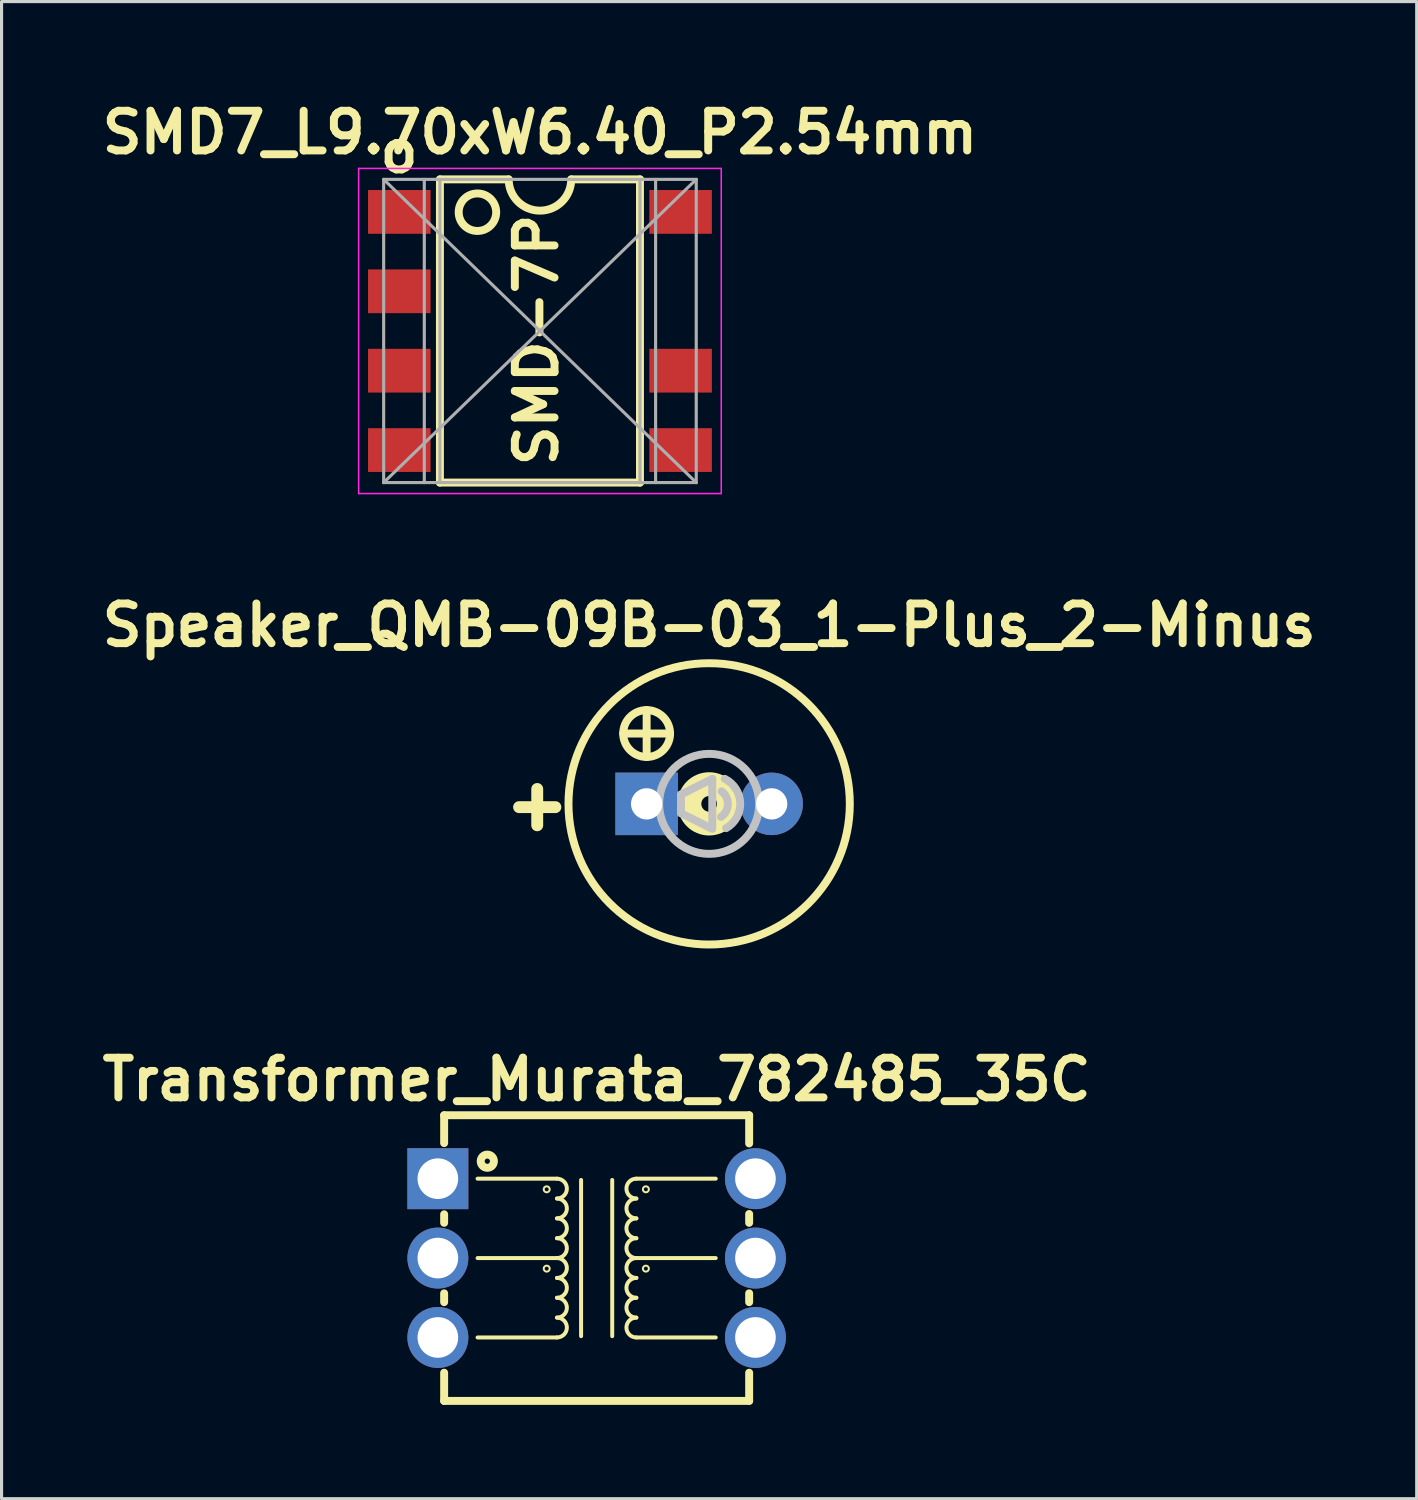
<source format=kicad_pcb>
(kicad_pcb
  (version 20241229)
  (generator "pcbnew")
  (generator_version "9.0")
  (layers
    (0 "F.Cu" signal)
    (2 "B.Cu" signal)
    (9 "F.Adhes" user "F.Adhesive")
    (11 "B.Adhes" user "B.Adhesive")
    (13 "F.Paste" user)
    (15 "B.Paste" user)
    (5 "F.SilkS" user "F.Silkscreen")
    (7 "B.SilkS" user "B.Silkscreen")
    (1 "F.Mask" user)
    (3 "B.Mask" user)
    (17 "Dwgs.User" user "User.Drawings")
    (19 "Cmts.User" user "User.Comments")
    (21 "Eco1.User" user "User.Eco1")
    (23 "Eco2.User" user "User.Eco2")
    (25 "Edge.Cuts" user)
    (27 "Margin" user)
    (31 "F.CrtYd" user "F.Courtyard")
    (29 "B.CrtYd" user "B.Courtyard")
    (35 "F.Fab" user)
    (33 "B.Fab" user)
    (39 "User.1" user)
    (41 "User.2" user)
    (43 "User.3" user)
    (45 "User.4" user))
  (footprint "Speaker_QMB-09B-03_1-Plus_2-Minus"
    (layer "F.Cu")
    (at 19.637 22.667)
    (property "Reference" "Speaker_QMB-09B-03_1-Plus_2-Minus" (at 0 -5.715 0) (layer "F.SilkS") (effects (font (size 1.27 1.27) (thickness 0.254))))
    (attr through_hole)
    (fp_line (start -2.75 -2.25) (end -1.25 -2.25) (stroke (width 0.254) (type solid)) (layer "F.SilkS"))
    (fp_line (start -2 -3) (end -2 -1.5) (stroke (width 0.254) (type solid)) (layer "F.SilkS"))
    (fp_circle (center -2 -2.25) (end -2.75 -2.25) (stroke (width 0.254) (type solid)) (fill no) (layer "F.SilkS"))
    (fp_circle (center 0 0) (end -4.5 0) (stroke (width 0.254) (type solid)) (fill no) (layer "F.SilkS"))
    (fp_circle (center 0 0) (end -0.572 0) (stroke (width 0.254) (type solid)) (fill no) (layer "F.SilkS"))
    (fp_circle (center 0 0) (end 0.25 0) (stroke (width 0.762) (type solid)) (fill no) (layer "F.SilkS"))
    (fp_line (start -0.9 -0.3) (end 0.1 -0.8) (stroke (width 0.254) (type solid)) (layer "Dwgs.User"))
    (fp_line (start -0.9 0.3) (end -0.9 -0.3) (stroke (width 0.254) (type solid)) (layer "Dwgs.User"))
    (fp_line (start 0.1 -0.8) (end 0.1 0.75) (stroke (width 0.254) (type solid)) (layer "Dwgs.User"))
    (fp_line (start 0.1 0.8) (end -0.9 0.3) (stroke (width 0.254) (type solid)) (layer "Dwgs.User"))
    (fp_arc (start 0.4 -0.4) (mid 0.599812 0.013698) (end 0.377641 0.415831) (stroke (width 0.254) (type solid)) (layer "Dwgs.User"))
    (fp_arc (start 0.5 -0.8) (mid 0.994085 -0.024739) (end 0.543626 0.776657) (stroke (width 0.254) (type solid)) (layer "Dwgs.User"))
    (fp_circle (center 0 0) (end 1.6 0) (stroke (width 0.254) (type solid)) (fill no) (layer "Dwgs.User"))
    (fp_text user "+" (at -5.5 0 0) (layer "F.SilkS") (effects (font (size 1.524 1.524) (thickness 0.381))))
    (pad "1" thru_hole rect (at -2 0) (size 2 2) (drill 1) (layers "*.Cu" "*.Mask"))
    (pad "2" thru_hole circle (at 2 0) (size 2 2) (drill 1) (layers "*.Cu" "*.Mask")))
  (footprint "Transformer_Murata_782485_35C"
    (layer "F.Cu")
    (at 16.038 37.198)
    (property "Reference" "Transformer_Murata_782485_35C" (at 0 -5.715 0) (layer "F.SilkS") (effects (font (size 1.27 1.27) (thickness 0.254))))
    (attr through_hole)
    (fp_line (start -4.879 -4.569) (end -4.879 -3.678) (stroke (width 0.254) (type solid)) (layer "F.SilkS"))
    (fp_line (start -4.879 -1.4) (end -4.879 -1.128) (stroke (width 0.254) (type solid)) (layer "F.SilkS"))
    (fp_line (start -4.879 1.128) (end -4.879 1.41) (stroke (width 0.254) (type solid)) (layer "F.SilkS"))
    (fp_line (start -4.879 3.668) (end -4.879 4.569) (stroke (width 0.254) (type solid)) (layer "F.SilkS"))
    (fp_line (start -4.879 4.569) (end 4.879 4.569) (stroke (width 0.254) (type solid)) (layer "F.SilkS"))
    (fp_line (start -3.81 -2.54) (end -1.27 -2.54) (stroke (width 0.127) (type solid)) (layer "F.SilkS"))
    (fp_line (start -3.81 0) (end -1.27 0) (stroke (width 0.127) (type solid)) (layer "F.SilkS"))
    (fp_line (start -3.81 2.54) (end -1.27 2.54) (stroke (width 0.127) (type solid)) (layer "F.SilkS"))
    (fp_line (start -0.498 -2.499) (end -0.498 2.499) (stroke (width 0.127) (type solid)) (layer "F.SilkS"))
    (fp_line (start 0.498 -2.499) (end 0.498 2.499) (stroke (width 0.127) (type solid)) (layer "F.SilkS"))
    (fp_line (start 3.81 -2.54) (end 1.27 -2.54) (stroke (width 0.127) (type solid)) (layer "F.SilkS"))
    (fp_line (start 3.81 0) (end 1.27 0) (stroke (width 0.127) (type solid)) (layer "F.SilkS"))
    (fp_line (start 3.81 2.54) (end 1.27 2.54) (stroke (width 0.127) (type solid)) (layer "F.SilkS"))
    (fp_line (start 4.879 -4.569) (end -4.879 -4.569) (stroke (width 0.254) (type solid)) (layer "F.SilkS"))
    (fp_line (start 4.879 -3.668) (end 4.879 -4.569) (stroke (width 0.254) (type solid)) (layer "F.SilkS"))
    (fp_line (start 4.879 -1.128) (end 4.879 -1.41) (stroke (width 0.254) (type solid)) (layer "F.SilkS"))
    (fp_line (start 4.879 1.41) (end 4.879 1.128) (stroke (width 0.254) (type solid)) (layer "F.SilkS"))
    (fp_line (start 4.879 4.569) (end 4.879 3.668) (stroke (width 0.254) (type solid)) (layer "F.SilkS"))
    (fp_arc (start -1.27 -2.54) (mid -0.9525 -2.2225) (end -1.27 -1.905) (stroke (width 0.127) (type solid)) (layer "F.SilkS"))
    (fp_arc (start -1.27 -1.905) (mid -0.9525 -1.5875) (end -1.27 -1.27) (stroke (width 0.127) (type solid)) (layer "F.SilkS"))
    (fp_arc (start -1.27 -1.27) (mid -0.9525 -0.9525) (end -1.27 -0.635) (stroke (width 0.127) (type solid)) (layer "F.SilkS"))
    (fp_arc (start -1.27 -0.635) (mid -0.9525 -0.3175) (end -1.27 0) (stroke (width 0.127) (type solid)) (layer "F.SilkS"))
    (fp_arc (start -1.27 0) (mid -0.9525 0.3175) (end -1.27 0.635) (stroke (width 0.127) (type solid)) (layer "F.SilkS"))
    (fp_arc (start -1.27 0.635) (mid -0.9525 0.9525) (end -1.27 1.27) (stroke (width 0.127) (type solid)) (layer "F.SilkS"))
    (fp_arc (start -1.27 1.27) (mid -0.9525 1.5875) (end -1.27 1.905) (stroke (width 0.127) (type solid)) (layer "F.SilkS"))
    (fp_arc (start -1.27 1.905) (mid -0.9525 2.2225) (end -1.27 2.54) (stroke (width 0.127) (type solid)) (layer "F.SilkS"))
    (fp_arc (start 1.27 -1.905) (mid 0.9525 -2.2225) (end 1.27 -2.54) (stroke (width 0.127) (type solid)) (layer "F.SilkS"))
    (fp_arc (start 1.27 -1.27) (mid 0.9525 -1.5875) (end 1.27 -1.905) (stroke (width 0.127) (type solid)) (layer "F.SilkS"))
    (fp_arc (start 1.27 -0.635) (mid 0.9525 -0.9525) (end 1.27 -1.27) (stroke (width 0.127) (type solid)) (layer "F.SilkS"))
    (fp_arc (start 1.27 0) (mid 0.9525 -0.3175) (end 1.27 -0.635) (stroke (width 0.127) (type solid)) (layer "F.SilkS"))
    (fp_arc (start 1.27 0.635) (mid 0.9525 0.3175) (end 1.27 0) (stroke (width 0.127) (type solid)) (layer "F.SilkS"))
    (fp_arc (start 1.27 1.27) (mid 0.9525 0.9525) (end 1.27 0.635) (stroke (width 0.127) (type solid)) (layer "F.SilkS"))
    (fp_arc (start 1.27 1.905) (mid 0.9525 1.5875) (end 1.27 1.27) (stroke (width 0.127) (type solid)) (layer "F.SilkS"))
    (fp_arc (start 1.27 2.54) (mid 0.9525 2.2225) (end 1.27 1.905) (stroke (width 0.127) (type solid)) (layer "F.SilkS"))
    (fp_circle (center -3.498 -3.099) (end -3.647 -3.249) (stroke (width 0.254) (type solid)) (fill no) (layer "F.SilkS"))
    (fp_circle (center -1.598 -2.2) (end -1.666 -2.268) (stroke (width 0.064) (type solid)) (fill no) (layer "F.SilkS"))
    (fp_circle (center -1.598 0.338) (end -1.666 0.406) (stroke (width 0.064) (type solid)) (fill no) (layer "F.SilkS"))
    (fp_circle (center 1.575 -2.2) (end 1.643 -2.268) (stroke (width 0.064) (type solid)) (fill no) (layer "F.SilkS"))
    (fp_circle (center 1.575 0.338) (end 1.643 0.406) (stroke (width 0.064) (type solid)) (fill no) (layer "F.SilkS"))
    (pad "1" thru_hole rect (at -5.08 -2.54) (size 1.95 1.95) (drill 1.3) (layers "*.Cu" "*.Mask"))
    (pad "2" thru_hole circle (at -5.08 0) (size 1.95 1.95) (drill 1.3) (layers "*.Cu" "*.Mask"))
    (pad "3" thru_hole circle (at -5.08 2.54) (size 1.95 1.95) (drill 1.3) (layers "*.Cu" "*.Mask"))
    (pad "4" thru_hole circle (at 5.08 2.54) (size 1.95 1.95) (drill 1.3) (layers "*.Cu" "*.Mask"))
    (pad "5" thru_hole circle (at 5.08 0) (size 1.95 1.95) (drill 1.3) (layers "*.Cu" "*.Mask"))
    (pad "6" thru_hole circle (at 5.08 -2.54) (size 1.95 1.95) (drill 1.3) (layers "*.Cu" "*.Mask")))
  (footprint "SMD7_L9.70xW6.40_P2.54mm"
    (layer "F.Cu")
    (at 14.224 7.539)
    (property "Reference" "SMD7_L9.70xW6.40_P2.54mm" (at 0 -6.35 0) (layer "F.SilkS") (effects (font (size 1.27 1.27) (thickness 0.254) (bold yes))))
    (attr smd)
    (fp_line (start -3.2 -4.85) (end -3.2 4.85) (stroke (width 0.254) (type solid)) (layer "F.SilkS"))
    (fp_line (start -3.2 4.85) (end 3.2 4.85) (stroke (width 0.254) (type solid)) (layer "F.SilkS"))
    (fp_line (start -1 -4.85) (end -3.2 -4.85) (stroke (width 0.254) (type solid)) (layer "F.SilkS"))
    (fp_line (start 3.2 -4.85) (end 1 -4.85) (stroke (width 0.254) (type solid)) (layer "F.SilkS"))
    (fp_line (start 3.2 -4.85) (end 3.2 4.85) (stroke (width 0.254) (type solid)) (layer "F.SilkS"))
    (fp_arc (start 1 -4.85) (mid 0 -3.85) (end -1 -4.85) (stroke (width 0.254) (type solid)) (layer "F.SilkS"))
    (fp_circle (center -2 -3.8) (end -1.4 -3.8) (stroke (width 0.254) (type solid)) (fill no) (layer "F.SilkS"))
    (fp_line (start -5.8 -5.2) (end -5.8 5.2) (stroke (width 0.05) (type solid)) (layer "F.CrtYd"))
    (fp_line (start -5.8 5.2) (end 5.8 5.2) (stroke (width 0.05) (type solid)) (layer "F.CrtYd"))
    (fp_line (start 5.8 -5.2) (end -5.8 -5.2) (stroke (width 0.05) (type solid)) (layer "F.CrtYd"))
    (fp_line (start 5.8 5.2) (end 5.8 -5.2) (stroke (width 0.05) (type solid)) (layer "F.CrtYd"))
    (fp_line (start -5 -4.85) (end -5 4.85) (stroke (width 0.1) (type solid)) (layer "F.Fab"))
    (fp_line (start -5 -4.85) (end 5 4.85) (stroke (width 0.1) (type solid)) (layer "F.Fab"))
    (fp_line (start -3.7 -4.85) (end -3.7 4.85) (stroke (width 0.1) (type solid)) (layer "F.Fab"))
    (fp_line (start -3.2 -4.85) (end -3.2 4.85) (stroke (width 0.1) (type solid)) (layer "F.Fab"))
    (fp_line (start 3.2 -4.85) (end 3.2 4.85) (stroke (width 0.1) (type solid)) (layer "F.Fab"))
    (fp_line (start 3.7 -4.85) (end 3.7 4.85) (stroke (width 0.1) (type solid)) (layer "F.Fab"))
    (fp_line (start 5 -4.85) (end -5 -4.85) (stroke (width 0.1) (type solid)) (layer "F.Fab"))
    (fp_line (start 5 -4.85) (end -5 4.85) (stroke (width 0.1) (type solid)) (layer "F.Fab"))
    (fp_line (start 5 -4.85) (end 5 4.85) (stroke (width 0.1) (type solid)) (layer "F.Fab"))
    (fp_line (start 5 4.85) (end -5 4.85) (stroke (width 0.1) (type solid)) (layer "F.Fab"))
    (fp_text user "SMD-7P" (at 0.635 4.445 90) (unlocked yes) (layer "F.SilkS") (effects (font (size 1.27 1.27) (thickness 0.254) (bold yes)) (justify left bottom)))
    (fp_text user "o" (at -5.25 -5 0) (unlocked yes) (layer "F.SilkS") (effects (font (size 1.27 1.27) (thickness 0.254) (bold yes)) (justify left bottom)))
    (pad "" smd rect (at -4.5 -3.81) (size 2.254 1.654) (layers "F.Paste"))
    (pad "" smd rect (at -4.5 -1.27) (size 2.254 1.654) (layers "F.Paste"))
    (pad "" smd rect (at -4.5 1.27) (size 2.254 1.654) (layers "F.Paste"))
    (pad "" smd rect (at -4.5 3.81) (size 2.254 1.654) (layers "F.Paste"))
    (pad "" smd rect (at 4.5 -3.81) (size 2.254 1.654) (layers "F.Paste"))
    (pad "" smd rect (at 4.5 1.27) (size 2.254 1.654) (layers "F.Paste"))
    (pad "" smd rect (at 4.5 3.81) (size 2.254 1.654) (layers "F.Paste"))
    (pad "1" smd rect (at -4.5 -3.81) (size 2 1.4) (layers "F.Cu" "F.Mask"))
    (pad "2" smd rect (at -4.5 -1.27) (size 2 1.4) (layers "F.Cu" "F.Mask"))
    (pad "3" smd rect (at -4.5 1.27) (size 2 1.4) (layers "F.Cu" "F.Mask"))
    (pad "4" smd rect (at -4.5 3.81) (size 2 1.4) (layers "F.Cu" "F.Mask"))
    (pad "5" smd rect (at 4.5 3.81) (size 2 1.4) (layers "F.Cu" "F.Mask"))
    (pad "6" smd rect (at 4.5 1.27) (size 2 1.4) (layers "F.Cu" "F.Mask"))
    (pad "7" smd rect (at 4.5 -3.81) (size 2 1.4) (layers "F.Cu" "F.Mask")))
  (gr_rect
    (start -3 -3)
    (end 42.273 44.895)
    (stroke (width 0.1) (type default))
    (fill no)
    (layer "Edge.Cuts")))
</source>
